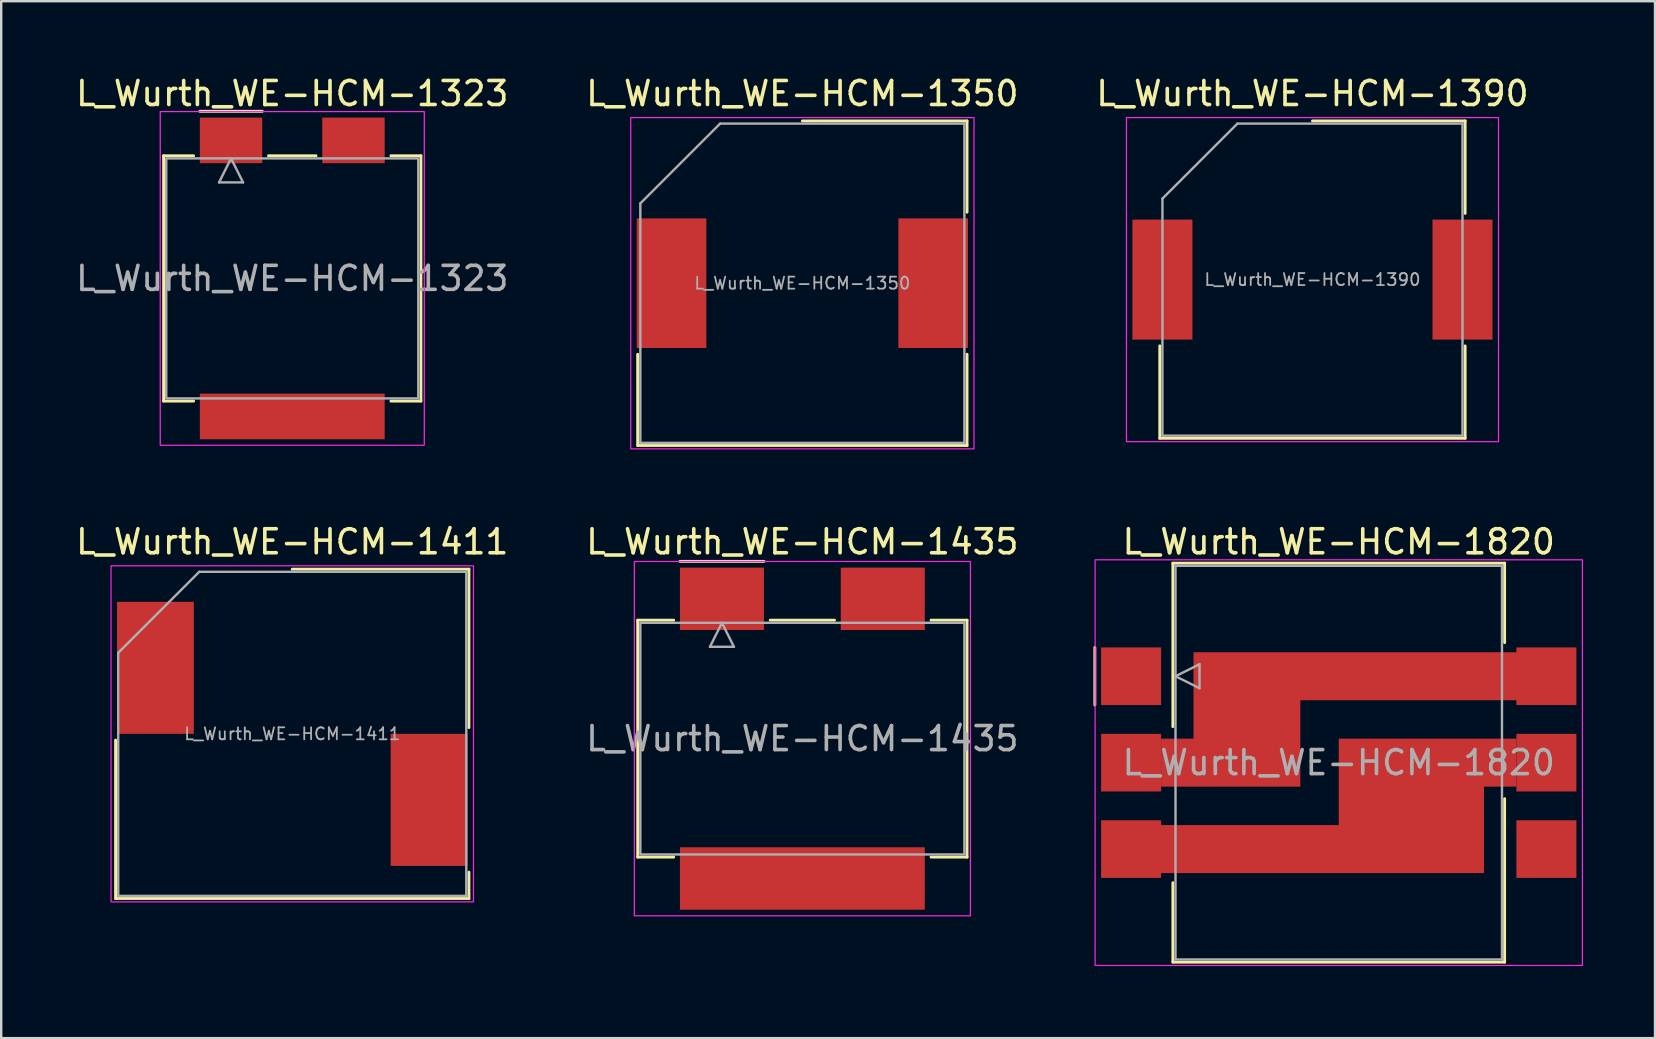
<source format=kicad_pcb>
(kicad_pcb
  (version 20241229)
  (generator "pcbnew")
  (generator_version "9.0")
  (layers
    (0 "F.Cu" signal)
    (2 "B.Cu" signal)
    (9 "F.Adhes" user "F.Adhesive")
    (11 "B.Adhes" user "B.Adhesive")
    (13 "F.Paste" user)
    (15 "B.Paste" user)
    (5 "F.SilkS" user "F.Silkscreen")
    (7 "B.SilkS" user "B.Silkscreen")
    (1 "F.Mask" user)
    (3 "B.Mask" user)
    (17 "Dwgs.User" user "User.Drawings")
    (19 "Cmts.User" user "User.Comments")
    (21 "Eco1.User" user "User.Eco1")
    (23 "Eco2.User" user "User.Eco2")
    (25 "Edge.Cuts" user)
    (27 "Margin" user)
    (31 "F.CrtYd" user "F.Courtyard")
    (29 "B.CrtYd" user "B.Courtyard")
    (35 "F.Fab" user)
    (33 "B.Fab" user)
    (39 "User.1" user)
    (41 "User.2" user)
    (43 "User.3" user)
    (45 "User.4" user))
  (footprint "L_Wurth_WE-HCM-1323"
    (layer "F.Cu")
    (at 9.125 8.548)
    (property "Reference" "L_Wurth_WE-HCM-1323" (at 0 -7.7 0) (unlocked yes) (layer "F.SilkS") (effects (font (size 1 1) (thickness 0.15))))
    (attr smd)
    (fp_line (start -5.36 -5.11) (end -5.36 5.11) (stroke (width 0.12) (type solid)) (layer "F.SilkS"))
    (fp_line (start -5.36 -5.11) (end -4.11 -5.11) (stroke (width 0.12) (type default)) (layer "F.SilkS"))
    (fp_line (start -5.36 5.11) (end -4.11 5.11) (stroke (width 0.12) (type solid)) (layer "F.SilkS"))
    (fp_line (start -3.85 -6.96) (end -1.25 -6.96) (stroke (width 0.12) (type default)) (layer "F.SilkS"))
    (fp_line (start 0.99 -5.11) (end -0.99 -5.11) (stroke (width 0.12) (type solid)) (layer "F.SilkS"))
    (fp_line (start 4.11 -5.11) (end 5.36 -5.11) (stroke (width 0.12) (type solid)) (layer "F.SilkS"))
    (fp_line (start 5.36 5.11) (end 4.11 5.11) (stroke (width 0.12) (type solid)) (layer "F.SilkS"))
    (fp_line (start 5.36 5.11) (end 5.36 -5.11) (stroke (width 0.12) (type solid)) (layer "F.SilkS"))
    (fp_rect (start -5.5 -6.95) (end 5.5 6.95) (stroke (width 0.05) (type solid)) (fill no) (layer "F.CrtYd"))
    (fp_line (start -3.05 -4) (end -2.55 -5) (stroke (width 0.1) (type solid)) (layer "F.Fab"))
    (fp_line (start -2.55 -5) (end -2.05 -4) (stroke (width 0.1) (type solid)) (layer "F.Fab"))
    (fp_line (start -2.05 -4) (end -3.05 -4) (stroke (width 0.1) (type solid)) (layer "F.Fab"))
    (fp_rect (start -5.25 -5) (end 5.25 5) (stroke (width 0.1) (type default)) (fill no) (layer "F.Fab"))
    (fp_text user "${REFERENCE}" (at 0 0 0) (unlocked yes) (layer "F.Fab") (effects (font (size 1 1) (thickness 0.15))))
    (pad "1" smd rect (at -2.55 -5.75) (size 2.6 1.9) (layers "F.Cu" "F.Mask" "F.Paste"))
    (pad "2" smd rect (at 2.55 -5.75) (size 2.6 1.9) (layers "F.Cu" "F.Mask" "F.Paste"))
    (pad "3" smd rect (at 0 5.75) (size 7.7 1.9) (layers "F.Cu" "F.Mask" "F.Paste")))
  (footprint "L_Wurth_WE-HCM-1820"
    (layer "F.Cu")
    (at 52.72 28.721)
    (property "Reference" "L_Wurth_WE-HCM-1820" (at 0 -9.2 0) (unlocked yes) (layer "F.SilkS") (effects (font (size 1 1) (thickness 0.15))))
    (attr smd)
    (fp_line (start -10.16 -4.8) (end -10.16 -2.4) (stroke (width 0.12) (type solid)) (layer "F.SilkS"))
    (fp_line (start -6.91 -8.31) (end -6.91 -1.5) (stroke (width 0.12) (type solid)) (layer "F.SilkS"))
    (fp_line (start -6.91 5) (end -6.91 8.31) (stroke (width 0.12) (type solid)) (layer "F.SilkS"))
    (fp_line (start -6.91 8.31) (end 6.91 8.31) (stroke (width 0.12) (type solid)) (layer "F.SilkS"))
    (fp_line (start 6.91 -8.31) (end -6.91 -8.31) (stroke (width 0.12) (type solid)) (layer "F.SilkS"))
    (fp_line (start 6.91 -5) (end 6.91 -8.31) (stroke (width 0.12) (type solid)) (layer "F.SilkS"))
    (fp_line (start 6.91 8.31) (end 6.91 1.5) (stroke (width 0.12) (type solid)) (layer "F.SilkS"))
    (fp_rect (start -10.15 -8.45) (end 10.15 8.45) (stroke (width 0.05) (type solid)) (fill no) (layer "F.CrtYd"))
    (fp_line (start -6.8 -8.2) (end -6.8 8.2) (stroke (width 0.1) (type solid)) (layer "F.Fab"))
    (fp_line (start -6.8 -8.2) (end 6.8 -8.2) (stroke (width 0.1) (type solid)) (layer "F.Fab"))
    (fp_line (start -6.8 -3.6) (end -5.8 -3.1) (stroke (width 0.1) (type solid)) (layer "F.Fab"))
    (fp_line (start -5.8 -4.1) (end -6.8 -3.6) (stroke (width 0.1) (type solid)) (layer "F.Fab"))
    (fp_line (start -5.8 -3.1) (end -5.8 -4.1) (stroke (width 0.1) (type solid)) (layer "F.Fab"))
    (fp_line (start 6.8 -8.2) (end 6.8 8.2) (stroke (width 0.1) (type solid)) (layer "F.Fab"))
    (fp_line (start 6.8 8.2) (end -6.8 8.2) (stroke (width 0.1) (type solid)) (layer "F.Fab"))
    (fp_text user "${REFERENCE}" (at 0 0 0) (unlocked yes) (layer "F.Fab") (effects (font (size 1 1) (thickness 0.15))))
    (pad "" smd custom (at -7.4 3.6) (size 0.2 2) (layers "F.Cu" "F.Mask" "F.Paste") (options (anchor rect)) (primitives (gr_poly (pts (xy 14.8 -2.6) (xy 13.45 -2.6) (xy 13.45 1) (xy 0 1) (xy 0 -1) (xy 7.4 -1) (xy 7.4 -4.6) (xy 14.8 -4.6)) (width 0) (fill yes))))
    (pad "" smd custom (at 7.4 -3.6) (size 0.2 2) (layers "F.Cu" "F.Mask" "F.Paste") (options (anchor rect)) (primitives (gr_poly (pts (xy 0 1) (xy -9 1) (xy -9 4.6) (xy -14.8 4.6) (xy -14.8 2.6) (xy -13.45 2.6) (xy -13.45 -1) (xy 0 -1)) (width 0) (fill yes))))
    (pad "1" smd rect (at -8.65 -3.6) (size 2.5 2.4) (layers "F.Cu" "F.Mask" "F.Paste"))
    (pad "2" smd rect (at -8.65 0) (size 2.5 2.4) (layers "F.Cu" "F.Mask" "F.Paste"))
    (pad "3" smd rect (at -8.65 3.6) (size 2.5 2.4) (layers "F.Cu" "F.Mask" "F.Paste"))
    (pad "4" smd rect (at 8.65 3.6) (size 2.5 2.4) (layers "F.Cu" "F.Mask" "F.Paste"))
    (pad "5" smd rect (at 8.65 0) (size 2.5 2.4) (layers "F.Cu" "F.Mask" "F.Paste"))
    (pad "6" smd rect (at 8.65 -3.6) (size 2.5 2.4) (layers "F.Cu" "F.Mask" "F.Paste")))
  (footprint "L_Wurth_WE-HCM-1435"
    (layer "F.Cu")
    (at 30.375 27.721)
    (property "Reference" "L_Wurth_WE-HCM-1435" (at 0 -8.2 0) (unlocked yes) (layer "F.SilkS") (effects (font (size 1 1) (thickness 0.15))))
    (attr smd)
    (fp_line (start -6.86 -4.935) (end -6.86 4.935) (stroke (width 0.12) (type solid)) (layer "F.SilkS"))
    (fp_line (start -6.86 -4.935) (end -5.36 -4.935) (stroke (width 0.12) (type default)) (layer "F.SilkS"))
    (fp_line (start -6.86 4.935) (end -5.36 4.935) (stroke (width 0.12) (type solid)) (layer "F.SilkS"))
    (fp_line (start -5.1 -7.385) (end -1.6 -7.385) (stroke (width 0.12) (type default)) (layer "F.SilkS"))
    (fp_line (start 1.34 -4.935) (end -1.34 -4.935) (stroke (width 0.12) (type solid)) (layer "F.SilkS"))
    (fp_line (start 5.36 -4.935) (end 6.86 -4.935) (stroke (width 0.12) (type solid)) (layer "F.SilkS"))
    (fp_line (start 5.36 4.935) (end 6.86 4.935) (stroke (width 0.12) (type solid)) (layer "F.SilkS"))
    (fp_line (start 6.86 4.935) (end 6.86 -4.935) (stroke (width 0.12) (type solid)) (layer "F.SilkS"))
    (fp_rect (start -7 -7.38) (end 7 7.38) (stroke (width 0.05) (type solid)) (fill no) (layer "F.CrtYd"))
    (fp_line (start -3.35 -4.825) (end -3.85 -3.825) (stroke (width 0.1) (type solid)) (layer "F.Fab"))
    (fp_line (start -3.35 -4.825) (end -2.85 -3.825) (stroke (width 0.1) (type solid)) (layer "F.Fab"))
    (fp_line (start -2.85 -3.825) (end -3.85 -3.825) (stroke (width 0.1) (type solid)) (layer "F.Fab"))
    (fp_rect (start -6.75 -4.825) (end 6.75 4.825) (stroke (width 0.1) (type default)) (fill no) (layer "F.Fab"))
    (fp_text user "${REFERENCE}" (at 0 0 0) (unlocked yes) (layer "F.Fab") (effects (font (size 1 1) (thickness 0.15))))
    (pad "1" smd rect (at -3.35 -5.825) (size 3.5 2.6) (layers "F.Cu" "F.Mask" "F.Paste"))
    (pad "2" smd rect (at 3.35 -5.825) (size 3.5 2.6) (layers "F.Cu" "F.Mask" "F.Paste"))
    (pad "3" smd rect (at 0 5.825) (size 10.2 2.6) (layers "F.Cu" "F.Mask" "F.Paste")))
  (footprint "L_Wurth_WE-HCM-1411"
    (layer "F.Cu")
    (at 9.125 27.521)
    (property "Reference" "L_Wurth_WE-HCM-1411" (at 0 -8 0) (unlocked yes) (layer "F.SilkS") (effects (font (size 1 1) (thickness 0.15))))
    (attr smd)
    (fp_line (start -7.36 6.86) (end -7.36 0.26) (stroke (width 0.12) (type solid)) (layer "F.SilkS"))
    (fp_line (start -7.36 6.86) (end 7.36 6.86) (stroke (width 0.12) (type solid)) (layer "F.SilkS"))
    (fp_line (start 0 -6.86) (end 7.36 -6.86) (stroke (width 0.12) (type solid)) (layer "F.SilkS"))
    (fp_line (start 7.36 -6.86) (end 7.36 -0.26) (stroke (width 0.12) (type solid)) (layer "F.SilkS"))
    (fp_line (start 7.36 6.86) (end 7.36 5.76) (stroke (width 0.12) (type solid)) (layer "F.SilkS"))
    (fp_rect (start -7.55 -7) (end 7.55 7) (stroke (width 0.05) (type solid)) (fill no) (layer "F.CrtYd"))
    (fp_line (start -7.25 -3.375) (end -7.25 6.75) (stroke (width 0.1) (type solid)) (layer "F.Fab"))
    (fp_line (start -7.25 6.75) (end 7.25 6.75) (stroke (width 0.1) (type solid)) (layer "F.Fab"))
    (fp_line (start -3.875 -6.75) (end -7.25 -3.375) (stroke (width 0.1) (type solid)) (layer "F.Fab"))
    (fp_line (start 7.25 -6.75) (end -3.875 -6.75) (stroke (width 0.1) (type solid)) (layer "F.Fab"))
    (fp_line (start 7.25 6.75) (end 7.25 -6.75) (stroke (width 0.1) (type solid)) (layer "F.Fab"))
    (fp_text user "${REFERENCE}" (at 0 0 0) (unlocked yes) (layer "F.Fab") (effects (font (size 0.5 0.5) (thickness 0.075))))
    (pad "1" smd rect (at -5.7 -2.75) (size 3.2 5.5) (layers "F.Cu" "F.Mask" "F.Paste"))
    (pad "2" smd rect (at 5.7 2.75) (size 3.2 5.5) (layers "F.Cu" "F.Mask" "F.Paste")))
  (footprint "L_Wurth_WE-HCM-1390"
    (layer "F.Cu")
    (at 51.625 8.598)
    (property "Reference" "L_Wurth_WE-HCM-1390" (at 0 -7.75 0) (unlocked yes) (layer "F.SilkS") (effects (font (size 1 1) (thickness 0.15))))
    (attr smd)
    (fp_line (start -6.36 6.61) (end -6.36 2.76) (stroke (width 0.12) (type solid)) (layer "F.SilkS"))
    (fp_line (start -6.36 6.61) (end 6.36 6.61) (stroke (width 0.12) (type solid)) (layer "F.SilkS"))
    (fp_line (start 0 -6.61) (end 6.36 -6.61) (stroke (width 0.12) (type solid)) (layer "F.SilkS"))
    (fp_line (start 6.36 -6.61) (end 6.36 -2.76) (stroke (width 0.12) (type solid)) (layer "F.SilkS"))
    (fp_line (start 6.36 6.61) (end 6.36 2.76) (stroke (width 0.12) (type solid)) (layer "F.SilkS"))
    (fp_rect (start -7.75 -6.75) (end 7.75 6.75) (stroke (width 0.05) (type solid)) (fill no) (layer "F.CrtYd"))
    (fp_line (start -6.25 -3.375) (end -6.25 6.5) (stroke (width 0.1) (type solid)) (layer "F.Fab"))
    (fp_line (start -6.25 6.5) (end 6.25 6.5) (stroke (width 0.1) (type solid)) (layer "F.Fab"))
    (fp_line (start -3.125 -6.5) (end -6.25 -3.375) (stroke (width 0.1) (type solid)) (layer "F.Fab"))
    (fp_line (start 6.25 -6.5) (end -3.125 -6.5) (stroke (width 0.1) (type solid)) (layer "F.Fab"))
    (fp_line (start 6.25 6.5) (end 6.25 -6.5) (stroke (width 0.1) (type solid)) (layer "F.Fab"))
    (fp_text user "${REFERENCE}" (at 0 0 0) (unlocked yes) (layer "F.Fab") (effects (font (size 0.5 0.5) (thickness 0.075))))
    (pad "1" smd rect (at -6.25 0) (size 2.5 5) (layers "F.Cu" "F.Mask" "F.Paste"))
    (pad "2" smd rect (at 6.25 0) (size 2.5 5) (layers "F.Cu" "F.Mask" "F.Paste")))
  (footprint "L_Wurth_WE-HCM-1350"
    (layer "F.Cu")
    (at 30.375 8.748)
    (property "Reference" "L_Wurth_WE-HCM-1350" (at 0 -7.9 0) (unlocked yes) (layer "F.SilkS") (effects (font (size 1 1) (thickness 0.15))))
    (attr smd)
    (fp_line (start -6.86 6.76) (end -6.86 2.96) (stroke (width 0.12) (type solid)) (layer "F.SilkS"))
    (fp_line (start -6.86 6.76) (end 6.86 6.76) (stroke (width 0.12) (type solid)) (layer "F.SilkS"))
    (fp_line (start 0 -6.76) (end 6.86 -6.76) (stroke (width 0.12) (type solid)) (layer "F.SilkS"))
    (fp_line (start 6.86 -6.76) (end 6.86 -2.96) (stroke (width 0.12) (type solid)) (layer "F.SilkS"))
    (fp_line (start 6.86 6.76) (end 6.86 2.96) (stroke (width 0.12) (type solid)) (layer "F.SilkS"))
    (fp_rect (start -7.15 -6.9) (end 7.15 6.9) (stroke (width 0.05) (type solid)) (fill no) (layer "F.CrtYd"))
    (fp_line (start -6.75 -3.325) (end -6.75 6.65) (stroke (width 0.1) (type solid)) (layer "F.Fab"))
    (fp_line (start -6.75 6.65) (end 6.75 6.65) (stroke (width 0.1) (type solid)) (layer "F.Fab"))
    (fp_line (start -3.425 -6.65) (end -6.75 -3.325) (stroke (width 0.1) (type solid)) (layer "F.Fab"))
    (fp_line (start 6.75 -6.65) (end -3.425 -6.65) (stroke (width 0.1) (type solid)) (layer "F.Fab"))
    (fp_line (start 6.75 6.65) (end 6.75 -6.65) (stroke (width 0.1) (type solid)) (layer "F.Fab"))
    (fp_text user "${REFERENCE}" (at 0 0 0) (unlocked yes) (layer "F.Fab") (effects (font (size 0.5 0.5) (thickness 0.075))))
    (pad "1" smd rect (at -5.45 0) (size 2.9 5.4) (layers "F.Cu" "F.Mask" "F.Paste"))
    (pad "2" smd rect (at 5.45 0) (size 2.9 5.4) (layers "F.Cu" "F.Mask" "F.Paste")))
  (gr_rect
    (start -3 -3)
    (end 65.895 40.197)
    (stroke (width 0.1) (type default))
    (fill no)
    (layer "Edge.Cuts")))
</source>
